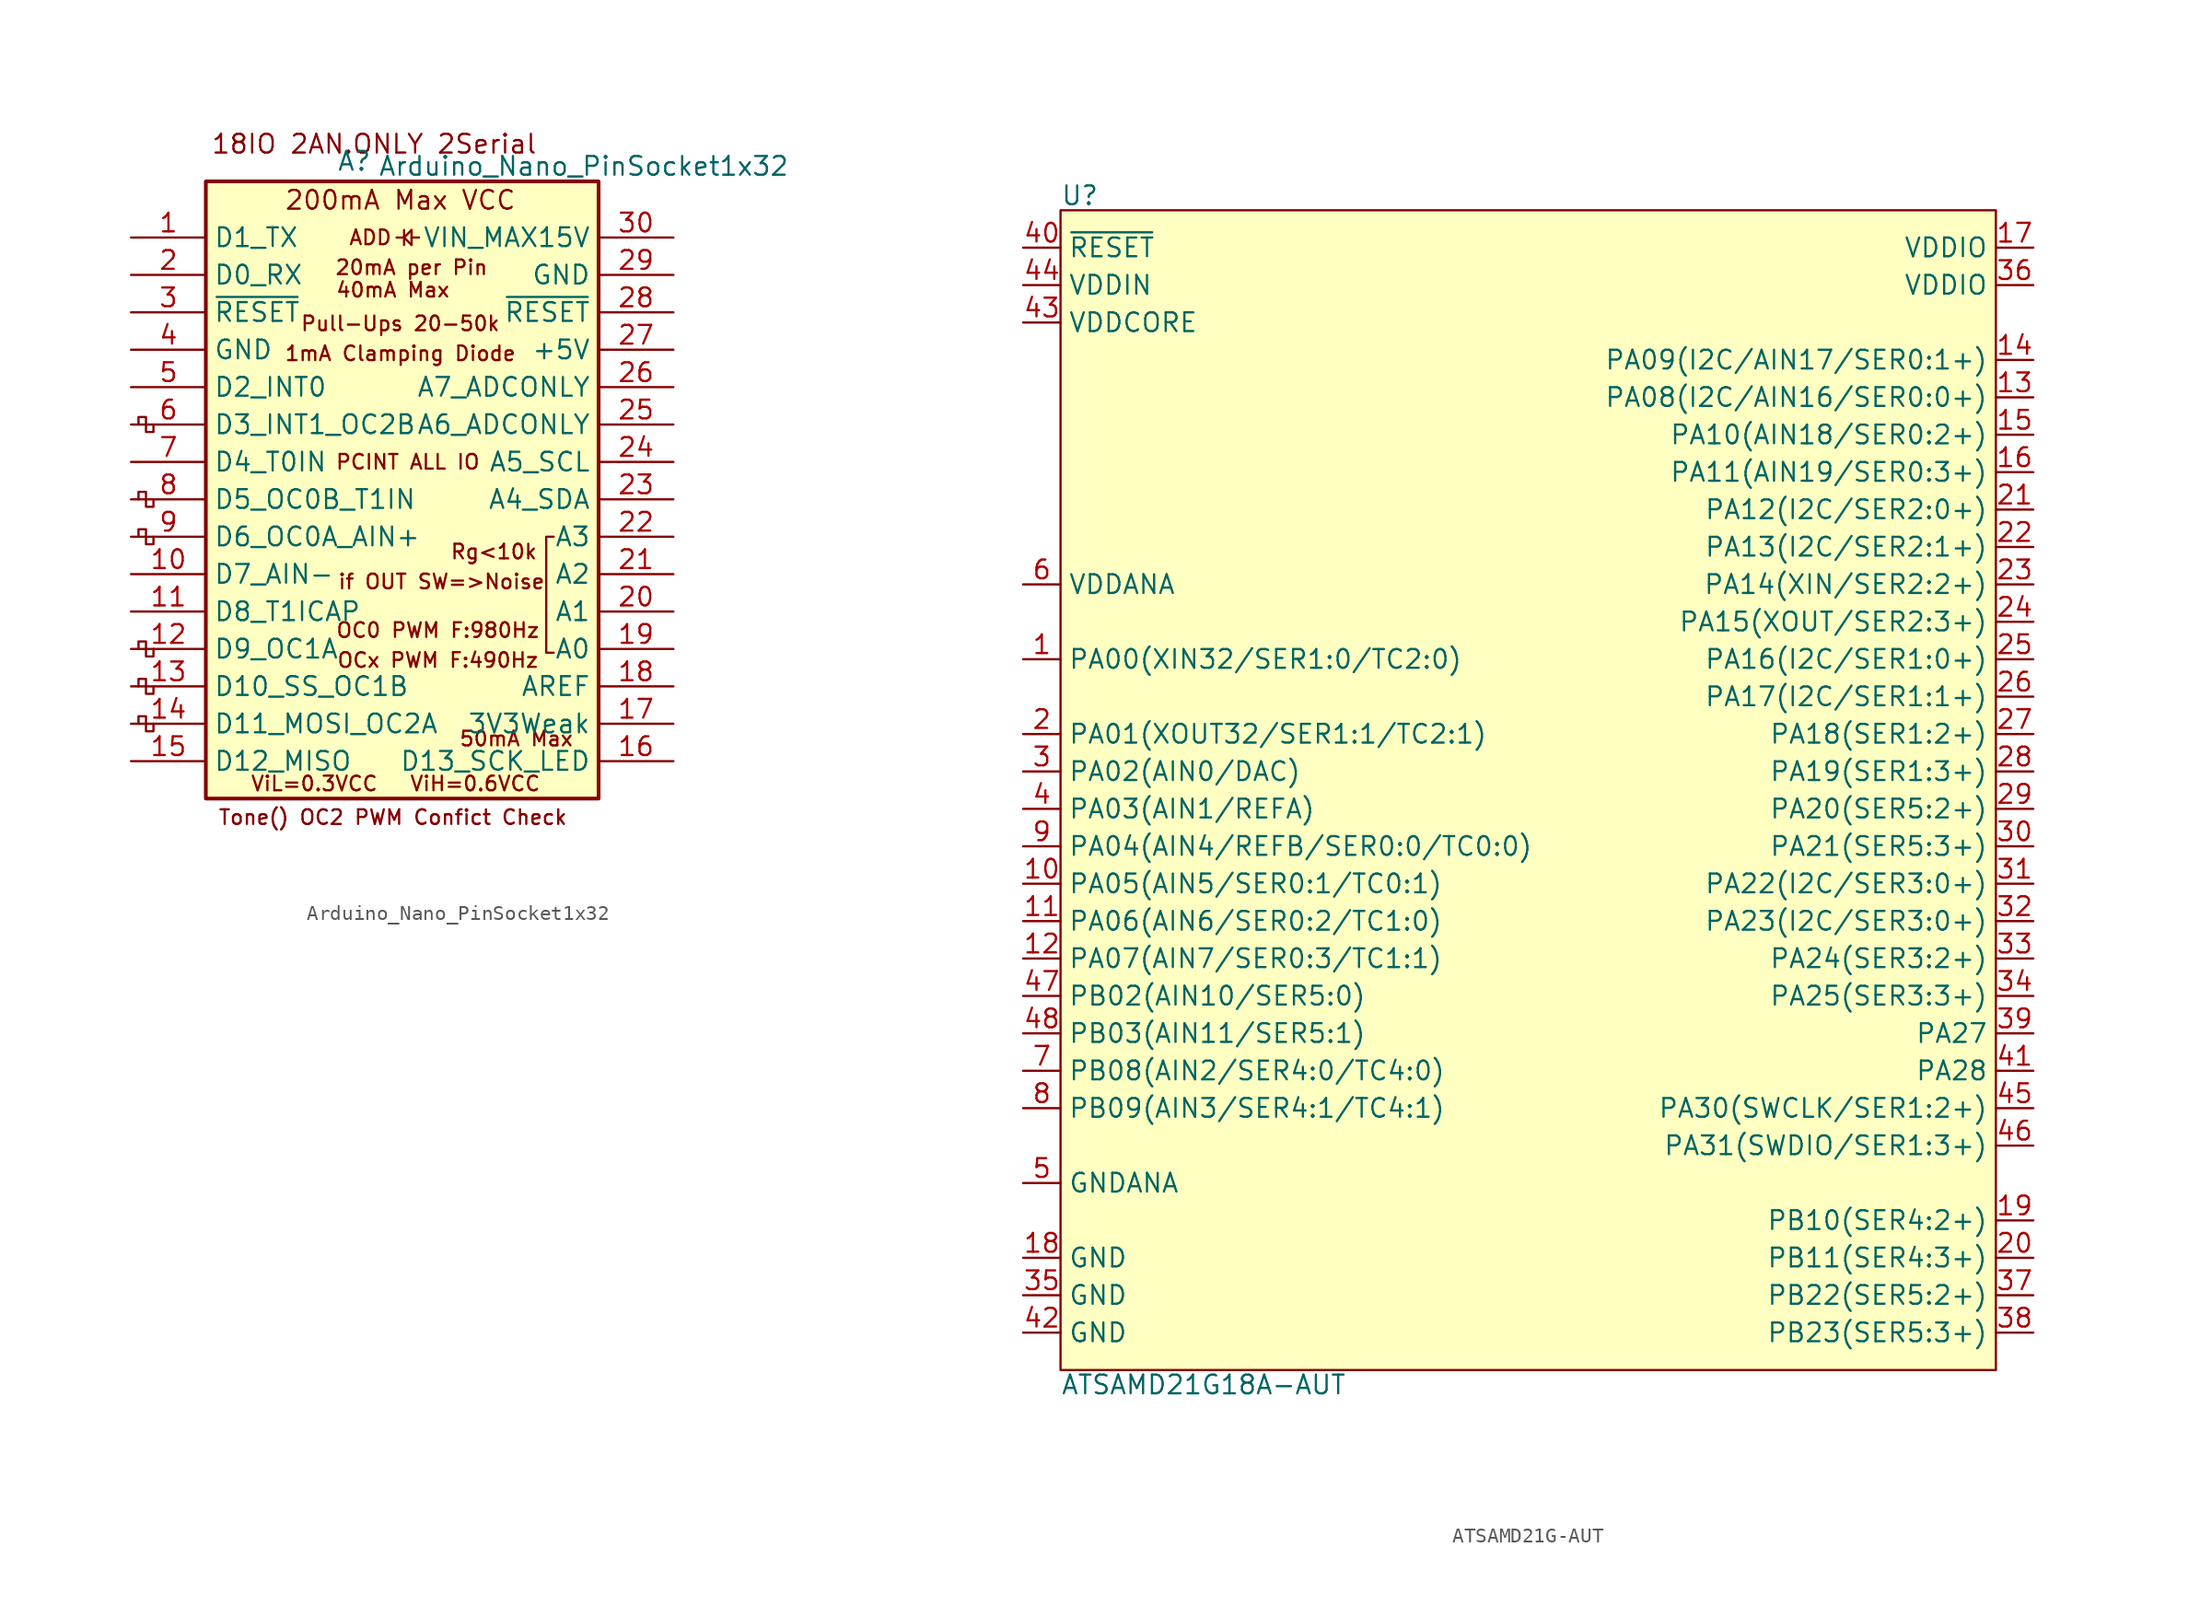
<source format=kicad_sym>
(kicad_symbol_lib
  (version 20231120)
  (generator "kicad_symbol_editor")
  (generator_version "8.0")
  (symbol "Arduino_Nano_PinSocket1x32"
    (property "Reference" "A"
      (at -3.81 23.495 0)
      (effects (font (size 1.27 1.27)) (justify left bottom)))
    (property "Value" "Arduino_Nano_PinSocket1x32"
      (at -1.016 24.638 0)
      (effects (font (size 1.27 1.27)) (justify left top)))
    (symbol "Arduino_Nano_PinSocket1x32_0_1"
      (rectangle (start -12.7 22.86) (end 13.97 -19.05) (stroke (width 0.254) (type default)) (fill (type background))))
    (symbol "Arduino_Nano_PinSocket1x32_1_1"
      (polyline (pts (xy 0.762 19.05) (xy 0.254 19.05)) (stroke (width 0) (type default)) (fill (type none)))
      (polyline (pts (xy 0.762 19.558) (xy 0.762 18.542)) (stroke (width 0) (type default)) (fill (type none)))
      (polyline (pts (xy 1.27 19.05) (xy 1.778 19.05)) (stroke (width 0) (type default)) (fill (type none)))
      (polyline (pts (xy 1.27 19.558) (xy 1.27 18.542)) (stroke (width 0) (type default)) (fill (type none)))
      (polyline (pts (xy 1.27 19.558) (xy 0.762 19.05) (xy 1.27 18.542)) (stroke (width 0) (type default)) (fill (type none)))
      (polyline (pts (xy 10.922 -1.27) (xy 10.414 -1.27) (xy 10.414 -9.144) (xy 10.922 -9.144)) (stroke (width 0) (type default)) (fill (type none)))
      (polyline (pts (xy -16.256 -13.97) (xy -16.256 -14.478) (xy -16.764 -14.478) (xy -16.764 -13.462) (xy -17.272 -13.462) (xy -17.272 -13.97)) (stroke (width 0) (type default)) (fill (type none)))
      (polyline (pts (xy -16.256 -11.43) (xy -16.256 -11.938) (xy -16.764 -11.938) (xy -16.764 -10.922) (xy -17.272 -10.922) (xy -17.272 -11.43)) (stroke (width 0) (type default)) (fill (type none)))
      (polyline (pts (xy -16.256 -8.89) (xy -16.256 -9.398) (xy -16.764 -9.398) (xy -16.764 -8.382) (xy -17.272 -8.382) (xy -17.272 -8.89)) (stroke (width 0) (type default)) (fill (type none)))
      (polyline (pts (xy -16.256 -1.27) (xy -16.256 -1.778) (xy -16.764 -1.778) (xy -16.764 -0.762) (xy -17.272 -0.762) (xy -17.272 -1.27)) (stroke (width 0) (type default)) (fill (type none)))
      (polyline (pts (xy -16.256 1.27) (xy -16.256 0.762) (xy -16.764 0.762) (xy -16.764 1.778) (xy -17.272 1.778) (xy -17.272 1.27)) (stroke (width 0) (type default)) (fill (type none)))
      (polyline (pts (xy -16.256 6.35) (xy -16.256 5.842) (xy -16.764 5.842) (xy -16.764 6.858) (xy -17.272 6.858) (xy -17.272 6.35)) (stroke (width 0) (type default)) (fill (type none)))
      (text "18IO 2AN.ONLY 2Serial" (at -1.27 25.4 0) (effects (font (size 1.27 1.27))))
      (text "1mA Clamping Diode" (at 0.508 11.176 0) (effects (font (size 0.991 0.991))))
      (text "200mA Max VCC" (at 0.508 21.59 0) (effects (font (size 1.27 1.27))))
      (text "20mA per Pin" (at 1.27 17.018 0) (effects (font (size 0.991 0.991))))
      (text "40mA Max" (at 0 15.494 0) (effects (font (size 0.991 0.991))))
      (text "50mA Max" (at 8.382 -14.986 0) (effects (font (size 0.991 0.991))))
      (text "ADD" (at -1.524 19.05 0) (effects (font (size 0.991 0.991))))
      (text "if OUT SW=>Noise" (at 3.302 -4.318 0) (effects (font (size 0.991 0.991))))
      (text "OC0 PWM F:980Hz" (at 3.048 -7.62 0) (effects (font (size 0.991 0.991))))
      (text "OCx PWM F:490Hz" (at 3.048 -9.652 0) (effects (font (size 0.991 0.991))))
      (text "PCINT ALL IO" (at 1.016 3.81 0) (effects (font (size 0.991 0.991))))
      (text "Pull-Ups 20-50k" (at 0.508 13.208 0) (effects (font (size 0.991 0.991))))
      (text "Rg<10k" (at 6.858 -2.286 0) (effects (font (size 0.991 0.991))))
      (text "Tone() OC2 PWM Confict Check" (at 0 -20.32 0) (effects (font (size 0.991 0.991))))
      (text "ViH=0.6VCC" (at 5.588 -18.034 0) (effects (font (size 0.991 0.991))))
      (text "ViL=0.3VCC" (at -5.334 -18.034 0) (effects (font (size 0.991 0.991))))
      (pin bidirectional line (at -17.78 19.05 0) (length 5.08) (name "D1_TX" (effects (font (size 1.27 1.27)))) (number "1" (effects (font (size 1.27 1.27)))))
      (pin bidirectional line (at -17.78 -3.81 0) (length 5.08) (name "D7_AIN-" (effects (font (size 1.27 1.27)))) (number "10" (effects (font (size 1.27 1.27)))))
      (pin bidirectional line (at -17.78 -6.35 0) (length 5.08) (name "D8_T1ICAP" (effects (font (size 1.27 1.27)))) (number "11" (effects (font (size 1.27 1.27)))))
      (pin bidirectional line (at -17.78 -8.89 0) (length 5.08) (name "D9_OC1A" (effects (font (size 1.27 1.27)))) (number "12" (effects (font (size 1.27 1.27)))))
      (pin bidirectional line (at -17.78 -11.43 0) (length 5.08) (name "D10_SS_OC1B" (effects (font (size 1.27 1.27)))) (number "13" (effects (font (size 1.27 1.27)))))
      (pin bidirectional line (at -17.78 -13.97 0) (length 5.08) (name "D11_MOSI_OC2A" (effects (font (size 1.27 1.27)))) (number "14" (effects (font (size 1.27 1.27)))))
      (pin bidirectional line (at -17.78 -16.51 0) (length 5.08) (name "D12_MISO" (effects (font (size 1.27 1.27)))) (number "15" (effects (font (size 1.27 1.27)))))
      (pin bidirectional line (at 19.05 -16.51 180) (length 5.08) (name "D13_SCK_LED" (effects (font (size 1.27 1.27)))) (number "16" (effects (font (size 1.27 1.27)))))
      (pin power_out line (at 19.05 -13.97 180) (length 5.08) (name "3V3Weak" (effects (font (size 1.27 1.27)))) (number "17" (effects (font (size 1.27 1.27)))))
      (pin input line (at 19.05 -11.43 180) (length 5.08) (name "AREF" (effects (font (size 1.27 1.27)))) (number "18" (effects (font (size 1.27 1.27)))))
      (pin bidirectional line (at 19.05 -8.89 180) (length 5.08) (name "A0" (effects (font (size 1.27 1.27)))) (number "19" (effects (font (size 1.27 1.27)))))
      (pin bidirectional line (at -17.78 16.51 0) (length 5.08) (name "D0_RX" (effects (font (size 1.27 1.27)))) (number "2" (effects (font (size 1.27 1.27)))))
      (pin bidirectional line (at 19.05 -6.35 180) (length 5.08) (name "A1" (effects (font (size 1.27 1.27)))) (number "20" (effects (font (size 1.27 1.27)))))
      (pin bidirectional line (at 19.05 -3.81 180) (length 5.08) (name "A2" (effects (font (size 1.27 1.27)))) (number "21" (effects (font (size 1.27 1.27)))))
      (pin bidirectional line (at 19.05 -1.27 180) (length 5.08) (name "A3" (effects (font (size 1.27 1.27)))) (number "22" (effects (font (size 1.27 1.27)))))
      (pin bidirectional line (at 19.05 1.27 180) (length 5.08) (name "A4_SDA" (effects (font (size 1.27 1.27)))) (number "23" (effects (font (size 1.27 1.27)))))
      (pin bidirectional line (at 19.05 3.81 180) (length 5.08) (name "A5_SCL" (effects (font (size 1.27 1.27)))) (number "24" (effects (font (size 1.27 1.27)))))
      (pin input line (at 19.05 6.35 180) (length 5.08) (name "A6_ADCONLY" (effects (font (size 1.27 1.27)))) (number "25" (effects (font (size 1.27 1.27)))))
      (pin input line (at 19.05 8.89 180) (length 5.08) (name "A7_ADCONLY" (effects (font (size 1.27 1.27)))) (number "26" (effects (font (size 1.27 1.27)))))
      (pin power_in line (at 19.05 11.43 180) (length 5.08) (name "+5V" (effects (font (size 1.27 1.27)))) (number "27" (effects (font (size 1.27 1.27)))))
      (pin input line (at 19.05 13.97 180) (length 5.08) (name "~{RESET}" (effects (font (size 1.27 1.27)))) (number "28" (effects (font (size 1.27 1.27)))))
      (pin power_in line (at 19.05 16.51 180) (length 5.08) (name "GND" (effects (font (size 1.27 1.27)))) (number "29" (effects (font (size 1.27 1.27)))))
      (pin input line (at -17.78 13.97 0) (length 5.08) (name "~{RESET}" (effects (font (size 1.27 1.27)))) (number "3" (effects (font (size 1.27 1.27)))))
      (pin power_in line (at 19.05 19.05 180) (length 5.08) (name "VIN_MAX15V" (effects (font (size 1.27 1.27)))) (number "30" (effects (font (size 1.27 1.27)))))
      (pin power_in line (at -17.78 11.43 0) (length 5.08) (name "GND" (effects (font (size 1.27 1.27)))) (number "4" (effects (font (size 1.27 1.27)))))
      (pin bidirectional line (at -17.78 8.89 0) (length 5.08) (name "D2_INT0" (effects (font (size 1.27 1.27)))) (number "5" (effects (font (size 1.27 1.27)))))
      (pin bidirectional line (at -17.78 6.35 0) (length 5.08) (name "D3_INT1_OC2B" (effects (font (size 1.27 1.27)))) (number "6" (effects (font (size 1.27 1.27)))))
      (pin bidirectional line (at -17.78 3.81 0) (length 5.08) (name "D4_T0IN" (effects (font (size 1.27 1.27)))) (number "7" (effects (font (size 1.27 1.27)))))
      (pin bidirectional line (at -17.78 1.27 0) (length 5.08) (name "D5_OC0B_T1IN" (effects (font (size 1.27 1.27)))) (number "8" (effects (font (size 1.27 1.27)))))
      (pin bidirectional line (at -17.78 -1.27 0) (length 5.08) (name "D6_OC0A_AIN+" (effects (font (size 1.27 1.27)))) (number "9" (effects (font (size 1.27 1.27)))))))
  (symbol "ATSAMD21G-AUT"
    (property "Reference" "U"
      (at -30.48 45.974 0)
      (effects (font (size 1.27 1.27)) (justify left bottom)))
    (property "Value" "ATSAMD21G18A-AUT"
      (at -30.48 -33.274 0)
      (effects (font (size 1.27 1.27)) (justify left top)))
    (symbol "ATSAMD21G-AUT_1_0"
      (rectangle (start -30.48 45.72) (end 33.02 -33.02) (stroke (width 0) (type solid)) (fill (type background)))
      (pin passive line (at -33.02 15.24 0) (length 2.54) (name "PA00(XIN32/SER1:0/TC2:0)" (effects (font (size 1.27 1.27)))) (number "1" (effects (font (size 1.27 1.27)))))
      (pin passive line (at -33.02 0 0) (length 2.54) (name "PA05(AIN5/SER0:1/TC0:1)" (effects (font (size 1.27 1.27)))) (number "10" (effects (font (size 1.27 1.27)))))
      (pin passive line (at -33.02 -2.54 0) (length 2.54) (name "PA06(AIN6/SER0:2/TC1:0)" (effects (font (size 1.27 1.27)))) (number "11" (effects (font (size 1.27 1.27)))))
      (pin passive line (at -33.02 -5.08 0) (length 2.54) (name "PA07(AIN7/SER0:3/TC1:1)" (effects (font (size 1.27 1.27)))) (number "12" (effects (font (size 1.27 1.27)))))
      (pin passive line (at 35.56 33.02 180) (length 2.54) (name "PA08(I2C/AIN16/SER0:0+)" (effects (font (size 1.27 1.27)))) (number "13" (effects (font (size 1.27 1.27)))))
      (pin passive line (at 35.56 35.56 180) (length 2.54) (name "PA09(I2C/AIN17/SER0:1+)" (effects (font (size 1.27 1.27)))) (number "14" (effects (font (size 1.27 1.27)))))
      (pin passive line (at 35.56 30.48 180) (length 2.54) (name "PA10(AIN18/SER0:2+)" (effects (font (size 1.27 1.27)))) (number "15" (effects (font (size 1.27 1.27)))))
      (pin passive line (at 35.56 27.94 180) (length 2.54) (name "PA11(AIN19/SER0:3+)" (effects (font (size 1.27 1.27)))) (number "16" (effects (font (size 1.27 1.27)))))
      (pin passive line (at 35.56 43.18 180) (length 2.54) (name "VDDIO" (effects (font (size 1.27 1.27)))) (number "17" (effects (font (size 1.27 1.27)))))
      (pin passive line (at -33.02 -25.4 0) (length 2.54) (name "GND" (effects (font (size 1.27 1.27)))) (number "18" (effects (font (size 1.27 1.27)))))
      (pin passive line (at 35.56 -22.86 180) (length 2.54) (name "PB10(SER4:2+)" (effects (font (size 1.27 1.27)))) (number "19" (effects (font (size 1.27 1.27)))))
      (pin passive line (at -33.02 10.16 0) (length 2.54) (name "PA01(XOUT32/SER1:1/TC2:1)" (effects (font (size 1.27 1.27)))) (number "2" (effects (font (size 1.27 1.27)))))
      (pin passive line (at 35.56 -25.4 180) (length 2.54) (name "PB11(SER4:3+)" (effects (font (size 1.27 1.27)))) (number "20" (effects (font (size 1.27 1.27)))))
      (pin passive line (at 35.56 25.4 180) (length 2.54) (name "PA12(I2C/SER2:0+)" (effects (font (size 1.27 1.27)))) (number "21" (effects (font (size 1.27 1.27)))))
      (pin passive line (at 35.56 22.86 180) (length 2.54) (name "PA13(I2C/SER2:1+)" (effects (font (size 1.27 1.27)))) (number "22" (effects (font (size 1.27 1.27)))))
      (pin passive line (at 35.56 20.32 180) (length 2.54) (name "PA14(XIN/SER2:2+)" (effects (font (size 1.27 1.27)))) (number "23" (effects (font (size 1.27 1.27)))))
      (pin passive line (at 35.56 17.78 180) (length 2.54) (name "PA15(XOUT/SER2:3+)" (effects (font (size 1.27 1.27)))) (number "24" (effects (font (size 1.27 1.27)))))
      (pin passive line (at 35.56 15.24 180) (length 2.54) (name "PA16(I2C/SER1:0+)" (effects (font (size 1.27 1.27)))) (number "25" (effects (font (size 1.27 1.27)))))
      (pin passive line (at 35.56 12.7 180) (length 2.54) (name "PA17(I2C/SER1:1+)" (effects (font (size 1.27 1.27)))) (number "26" (effects (font (size 1.27 1.27)))))
      (pin passive line (at 35.56 10.16 180) (length 2.54) (name "PA18(SER1:2+)" (effects (font (size 1.27 1.27)))) (number "27" (effects (font (size 1.27 1.27)))))
      (pin passive line (at 35.56 7.62 180) (length 2.54) (name "PA19(SER1:3+)" (effects (font (size 1.27 1.27)))) (number "28" (effects (font (size 1.27 1.27)))))
      (pin passive line (at 35.56 5.08 180) (length 2.54) (name "PA20(SER5:2+)" (effects (font (size 1.27 1.27)))) (number "29" (effects (font (size 1.27 1.27)))))
      (pin passive line (at -33.02 7.62 0) (length 2.54) (name "PA02(AIN0/DAC)" (effects (font (size 1.27 1.27)))) (number "3" (effects (font (size 1.27 1.27)))))
      (pin passive line (at 35.56 2.54 180) (length 2.54) (name "PA21(SER5:3+)" (effects (font (size 1.27 1.27)))) (number "30" (effects (font (size 1.27 1.27)))))
      (pin passive line (at 35.56 0 180) (length 2.54) (name "PA22(I2C/SER3:0+)" (effects (font (size 1.27 1.27)))) (number "31" (effects (font (size 1.27 1.27)))))
      (pin passive line (at 35.56 -2.54 180) (length 2.54) (name "PA23(I2C/SER3:0+)" (effects (font (size 1.27 1.27)))) (number "32" (effects (font (size 1.27 1.27)))))
      (pin passive line (at 35.56 -5.08 180) (length 2.54) (name "PA24(SER3:2+)" (effects (font (size 1.27 1.27)))) (number "33" (effects (font (size 1.27 1.27)))))
      (pin passive line (at 35.56 -7.62 180) (length 2.54) (name "PA25(SER3:3+)" (effects (font (size 1.27 1.27)))) (number "34" (effects (font (size 1.27 1.27)))))
      (pin passive line (at -33.02 -27.94 0) (length 2.54) (name "GND" (effects (font (size 1.27 1.27)))) (number "35" (effects (font (size 1.27 1.27)))))
      (pin passive line (at 35.56 40.64 180) (length 2.54) (name "VDDIO" (effects (font (size 1.27 1.27)))) (number "36" (effects (font (size 1.27 1.27)))))
      (pin passive line (at 35.56 -27.94 180) (length 2.54) (name "PB22(SER5:2+)" (effects (font (size 1.27 1.27)))) (number "37" (effects (font (size 1.27 1.27)))))
      (pin passive line (at 35.56 -30.48 180) (length 2.54) (name "PB23(SER5:3+)" (effects (font (size 1.27 1.27)))) (number "38" (effects (font (size 1.27 1.27)))))
      (pin passive line (at 35.56 -10.16 180) (length 2.54) (name "PA27" (effects (font (size 1.27 1.27)))) (number "39" (effects (font (size 1.27 1.27)))))
      (pin passive line (at -33.02 5.08 0) (length 2.54) (name "PA03(AIN1/REFA)" (effects (font (size 1.27 1.27)))) (number "4" (effects (font (size 1.27 1.27)))))
      (pin passive line (at -33.02 43.18 0) (length 2.54) (name "~{RESET}" (effects (font (size 1.27 1.27)))) (number "40" (effects (font (size 1.27 1.27)))))
      (pin passive line (at 35.56 -12.7 180) (length 2.54) (name "PA28" (effects (font (size 1.27 1.27)))) (number "41" (effects (font (size 1.27 1.27)))))
      (pin passive line (at -33.02 -30.48 0) (length 2.54) (name "GND" (effects (font (size 1.27 1.27)))) (number "42" (effects (font (size 1.27 1.27)))))
      (pin passive line (at -33.02 38.1 0) (length 2.54) (name "VDDCORE" (effects (font (size 1.27 1.27)))) (number "43" (effects (font (size 1.27 1.27)))))
      (pin passive line (at -33.02 40.64 0) (length 2.54) (name "VDDIN" (effects (font (size 1.27 1.27)))) (number "44" (effects (font (size 1.27 1.27)))))
      (pin passive line (at 35.56 -15.24 180) (length 2.54) (name "PA30(SWCLK/SER1:2+)" (effects (font (size 1.27 1.27)))) (number "45" (effects (font (size 1.27 1.27)))))
      (pin passive line (at 35.56 -17.78 180) (length 2.54) (name "PA31(SWDIO/SER1:3+)" (effects (font (size 1.27 1.27)))) (number "46" (effects (font (size 1.27 1.27)))))
      (pin passive line (at -33.02 -7.62 0) (length 2.54) (name "PB02(AIN10/SER5:0)" (effects (font (size 1.27 1.27)))) (number "47" (effects (font (size 1.27 1.27)))))
      (pin passive line (at -33.02 -10.16 0) (length 2.54) (name "PB03(AIN11/SER5:1)" (effects (font (size 1.27 1.27)))) (number "48" (effects (font (size 1.27 1.27)))))
      (pin passive line (at -33.02 -20.32 0) (length 2.54) (name "GNDANA" (effects (font (size 1.27 1.27)))) (number "5" (effects (font (size 1.27 1.27)))))
      (pin passive line (at -33.02 20.32 0) (length 2.54) (name "VDDANA" (effects (font (size 1.27 1.27)))) (number "6" (effects (font (size 1.27 1.27)))))
      (pin passive line (at -33.02 -12.7 0) (length 2.54) (name "PB08(AIN2/SER4:0/TC4:0)" (effects (font (size 1.27 1.27)))) (number "7" (effects (font (size 1.27 1.27)))))
      (pin passive line (at -33.02 -15.24 0) (length 2.54) (name "PB09(AIN3/SER4:1/TC4:1)" (effects (font (size 1.27 1.27)))) (number "8" (effects (font (size 1.27 1.27)))))
      (pin passive line (at -33.02 2.54 0) (length 2.54) (name "PA04(AIN4/REFB/SER0:0/TC0:0)" (effects (font (size 1.27 1.27)))) (number "9" (effects (font (size 1.27 1.27))))))))
</source>
